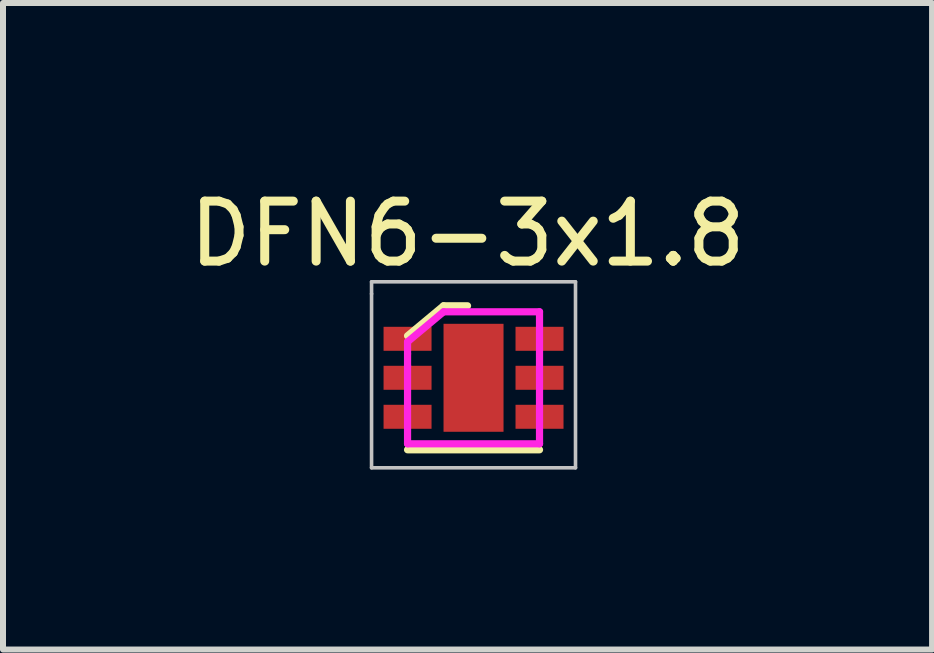
<source format=kicad_pcb>
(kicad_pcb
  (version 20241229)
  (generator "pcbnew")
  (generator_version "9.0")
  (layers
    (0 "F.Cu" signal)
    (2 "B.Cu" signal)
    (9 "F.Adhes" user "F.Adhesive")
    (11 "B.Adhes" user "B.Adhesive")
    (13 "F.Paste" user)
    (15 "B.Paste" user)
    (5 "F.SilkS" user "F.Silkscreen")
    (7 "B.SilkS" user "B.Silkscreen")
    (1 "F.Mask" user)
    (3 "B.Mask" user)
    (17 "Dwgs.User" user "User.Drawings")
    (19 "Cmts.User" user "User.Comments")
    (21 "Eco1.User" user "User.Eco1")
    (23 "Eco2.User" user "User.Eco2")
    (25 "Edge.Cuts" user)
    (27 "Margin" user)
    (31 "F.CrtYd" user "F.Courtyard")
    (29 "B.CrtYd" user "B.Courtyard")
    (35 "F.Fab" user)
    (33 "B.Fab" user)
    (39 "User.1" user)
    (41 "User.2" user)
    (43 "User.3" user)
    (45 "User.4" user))
  (footprint "DFN6-3x1.8"
    (layer "F.Cu")
    (at 4.844 3.248)
    (property "Reference" "DFN6-3x1.8" (at -0.1 -2.4 0) (layer "F.SilkS") (effects (font (size 1 1) (thickness 0.15))))
    (attr through_hole)
    (fp_line (start -1.1 1.2) (end 1.1 1.2) (stroke (width 0.12) (type solid)) (layer "F.SilkS"))
    (fp_line (start -0.5 -1.2) (end -1.1 -0.7) (stroke (width 0.12) (type solid)) (layer "F.SilkS"))
    (fp_line (start -0.1 -1.2) (end -0.5 -1.2) (stroke (width 0.12) (type solid)) (layer "F.SilkS"))
    (fp_line (start -1.7 -1.6) (end -1.7 -1.4) (stroke (width 0.06) (type solid)) (layer "Dwgs.User"))
    (fp_line (start -1.7 -1.4) (end -1.7 1.5) (stroke (width 0.06) (type solid)) (layer "Dwgs.User"))
    (fp_line (start -1.7 1.5) (end 1.7 1.5) (stroke (width 0.06) (type solid)) (layer "Dwgs.User"))
    (fp_line (start 1.7 -1.6) (end -1.7 -1.6) (stroke (width 0.06) (type solid)) (layer "Dwgs.User"))
    (fp_line (start 1.7 1.5) (end 1.7 -1.6) (stroke (width 0.06) (type solid)) (layer "Dwgs.User"))
    (fp_line (start -1.1 -0.6) (end -1.1 -0.4) (stroke (width 0.12) (type solid)) (layer "F.CrtYd"))
    (fp_line (start -1.1 -0.2) (end -1.1 -0.4) (stroke (width 0.12) (type solid)) (layer "F.CrtYd"))
    (fp_line (start -1.1 -0.2) (end -1.1 1.1) (stroke (width 0.12) (type solid)) (layer "F.CrtYd"))
    (fp_line (start -1.1 1.1) (end 1.1 1.1) (stroke (width 0.12) (type solid)) (layer "F.CrtYd"))
    (fp_line (start -0.5 -1.1) (end -1.1 -0.6) (stroke (width 0.12) (type solid)) (layer "F.CrtYd"))
    (fp_line (start 1.1 -1.1) (end -0.5 -1.1) (stroke (width 0.12) (type solid)) (layer "F.CrtYd"))
    (fp_line (start 1.1 1.1) (end 1.1 -1.1) (stroke (width 0.12) (type solid)) (layer "F.CrtYd"))
    (pad "1" smd rect (at -1.1 -0.65) (size 0.8 0.4) (layers "F.Cu" "F.Mask" "F.Paste"))
    (pad "2" smd rect (at -1.1 0) (size 0.8 0.4) (layers "F.Cu" "F.Mask" "F.Paste"))
    (pad "3" smd rect (at -1.1 0.65) (size 0.8 0.4) (layers "F.Cu" "F.Mask" "F.Paste"))
    (pad "4" smd rect (at 1.1 0.65) (size 0.8 0.4) (layers "F.Cu" "F.Mask" "F.Paste"))
    (pad "5" smd rect (at 1.1 0) (size 0.8 0.4) (layers "F.Cu" "F.Mask" "F.Paste"))
    (pad "6" smd rect (at 1.1 -0.65) (size 0.8 0.4) (layers "F.Cu" "F.Mask" "F.Paste"))
    (pad "7" smd rect (at 0 0) (size 1 1.8) (layers "F.Cu" "F.Mask" "F.Paste")))
  (gr_rect
    (start -3 -3)
    (end 12.488 7.778)
    (stroke (width 0.1) (type default))
    (fill no)
    (layer "Edge.Cuts")))
</source>
